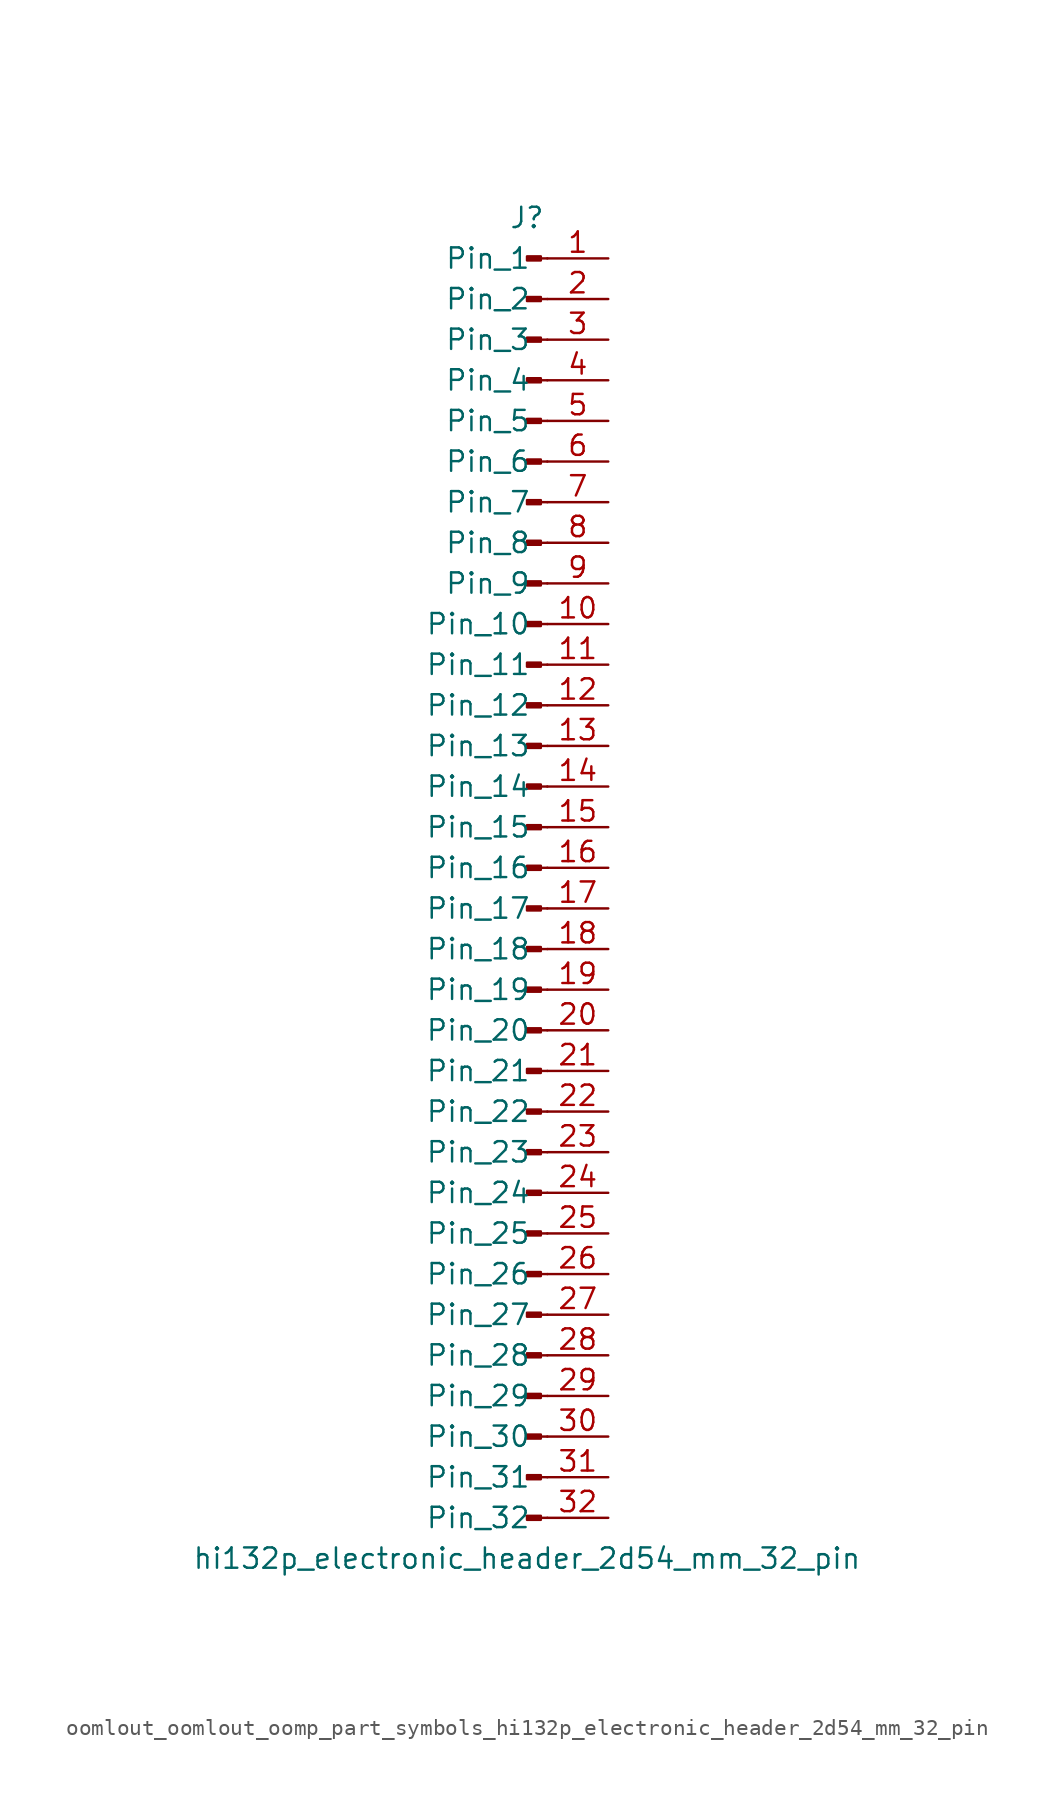
<source format=kicad_sym>
(kicad_symbol_lib
  (version 20220914)
  (generator kicad_symbol_editor)
  (symbol "oomlout_oomlout_oomp_part_symbols_hi132p_electronic_header_2d54_mm_32_pin"
    (pin_names
      (offset 1.016))
    (property "Reference" "J"
      (at 0 40.64 0)
      (effects (font (size 1.27 1.27))))
    (property "Value" "hi132p_electronic_header_2d54_mm_32_pin"
      (at 0 -43.18 0)
      (effects (font (size 1.27 1.27))))
    (property "ki_locked" ""
      (at 0 0 0)
      (effects (font (size 1.27 1.27))))
    (symbol "oomlout_oomlout_oomp_part_symbols_hi132p_electronic_header_2d54_mm_32_pin_1_1"
      (polyline (pts (xy 1.27 -40.64) (xy 0.864 -40.64)) (stroke (width 0.152) (type default)) (fill (type none)))
      (polyline (pts (xy 1.27 -38.1) (xy 0.864 -38.1)) (stroke (width 0.152) (type default)) (fill (type none)))
      (polyline (pts (xy 1.27 -35.56) (xy 0.864 -35.56)) (stroke (width 0.152) (type default)) (fill (type none)))
      (polyline (pts (xy 1.27 -33.02) (xy 0.864 -33.02)) (stroke (width 0.152) (type default)) (fill (type none)))
      (polyline (pts (xy 1.27 -30.48) (xy 0.864 -30.48)) (stroke (width 0.152) (type default)) (fill (type none)))
      (polyline (pts (xy 1.27 -27.94) (xy 0.864 -27.94)) (stroke (width 0.152) (type default)) (fill (type none)))
      (polyline (pts (xy 1.27 -25.4) (xy 0.864 -25.4)) (stroke (width 0.152) (type default)) (fill (type none)))
      (polyline (pts (xy 1.27 -22.86) (xy 0.864 -22.86)) (stroke (width 0.152) (type default)) (fill (type none)))
      (polyline (pts (xy 1.27 -20.32) (xy 0.864 -20.32)) (stroke (width 0.152) (type default)) (fill (type none)))
      (polyline (pts (xy 1.27 -17.78) (xy 0.864 -17.78)) (stroke (width 0.152) (type default)) (fill (type none)))
      (polyline (pts (xy 1.27 -15.24) (xy 0.864 -15.24)) (stroke (width 0.152) (type default)) (fill (type none)))
      (polyline (pts (xy 1.27 -12.7) (xy 0.864 -12.7)) (stroke (width 0.152) (type default)) (fill (type none)))
      (polyline (pts (xy 1.27 -10.16) (xy 0.864 -10.16)) (stroke (width 0.152) (type default)) (fill (type none)))
      (polyline (pts (xy 1.27 -7.62) (xy 0.864 -7.62)) (stroke (width 0.152) (type default)) (fill (type none)))
      (polyline (pts (xy 1.27 -5.08) (xy 0.864 -5.08)) (stroke (width 0.152) (type default)) (fill (type none)))
      (polyline (pts (xy 1.27 -2.54) (xy 0.864 -2.54)) (stroke (width 0.152) (type default)) (fill (type none)))
      (polyline (pts (xy 1.27 0) (xy 0.864 0)) (stroke (width 0.152) (type default)) (fill (type none)))
      (polyline (pts (xy 1.27 2.54) (xy 0.864 2.54)) (stroke (width 0.152) (type default)) (fill (type none)))
      (polyline (pts (xy 1.27 5.08) (xy 0.864 5.08)) (stroke (width 0.152) (type default)) (fill (type none)))
      (polyline (pts (xy 1.27 7.62) (xy 0.864 7.62)) (stroke (width 0.152) (type default)) (fill (type none)))
      (polyline (pts (xy 1.27 10.16) (xy 0.864 10.16)) (stroke (width 0.152) (type default)) (fill (type none)))
      (polyline (pts (xy 1.27 12.7) (xy 0.864 12.7)) (stroke (width 0.152) (type default)) (fill (type none)))
      (polyline (pts (xy 1.27 15.24) (xy 0.864 15.24)) (stroke (width 0.152) (type default)) (fill (type none)))
      (polyline (pts (xy 1.27 17.78) (xy 0.864 17.78)) (stroke (width 0.152) (type default)) (fill (type none)))
      (polyline (pts (xy 1.27 20.32) (xy 0.864 20.32)) (stroke (width 0.152) (type default)) (fill (type none)))
      (polyline (pts (xy 1.27 22.86) (xy 0.864 22.86)) (stroke (width 0.152) (type default)) (fill (type none)))
      (polyline (pts (xy 1.27 25.4) (xy 0.864 25.4)) (stroke (width 0.152) (type default)) (fill (type none)))
      (polyline (pts (xy 1.27 27.94) (xy 0.864 27.94)) (stroke (width 0.152) (type default)) (fill (type none)))
      (polyline (pts (xy 1.27 30.48) (xy 0.864 30.48)) (stroke (width 0.152) (type default)) (fill (type none)))
      (polyline (pts (xy 1.27 33.02) (xy 0.864 33.02)) (stroke (width 0.152) (type default)) (fill (type none)))
      (polyline (pts (xy 1.27 35.56) (xy 0.864 35.56)) (stroke (width 0.152) (type default)) (fill (type none)))
      (polyline (pts (xy 1.27 38.1) (xy 0.864 38.1)) (stroke (width 0.152) (type default)) (fill (type none)))
      (rectangle (start 0.864 -40.513) (end 0 -40.767) (stroke (width 0.152) (type default)) (fill (type outline)))
      (rectangle (start 0.864 -37.973) (end 0 -38.227) (stroke (width 0.152) (type default)) (fill (type outline)))
      (rectangle (start 0.864 -35.433) (end 0 -35.687) (stroke (width 0.152) (type default)) (fill (type outline)))
      (rectangle (start 0.864 -32.893) (end 0 -33.147) (stroke (width 0.152) (type default)) (fill (type outline)))
      (rectangle (start 0.864 -30.353) (end 0 -30.607) (stroke (width 0.152) (type default)) (fill (type outline)))
      (rectangle (start 0.864 -27.813) (end 0 -28.067) (stroke (width 0.152) (type default)) (fill (type outline)))
      (rectangle (start 0.864 -25.273) (end 0 -25.527) (stroke (width 0.152) (type default)) (fill (type outline)))
      (rectangle (start 0.864 -22.733) (end 0 -22.987) (stroke (width 0.152) (type default)) (fill (type outline)))
      (rectangle (start 0.864 -20.193) (end 0 -20.447) (stroke (width 0.152) (type default)) (fill (type outline)))
      (rectangle (start 0.864 -17.653) (end 0 -17.907) (stroke (width 0.152) (type default)) (fill (type outline)))
      (rectangle (start 0.864 -15.113) (end 0 -15.367) (stroke (width 0.152) (type default)) (fill (type outline)))
      (rectangle (start 0.864 -12.573) (end 0 -12.827) (stroke (width 0.152) (type default)) (fill (type outline)))
      (rectangle (start 0.864 -10.033) (end 0 -10.287) (stroke (width 0.152) (type default)) (fill (type outline)))
      (rectangle (start 0.864 -7.493) (end 0 -7.747) (stroke (width 0.152) (type default)) (fill (type outline)))
      (rectangle (start 0.864 -4.953) (end 0 -5.207) (stroke (width 0.152) (type default)) (fill (type outline)))
      (rectangle (start 0.864 -2.413) (end 0 -2.667) (stroke (width 0.152) (type default)) (fill (type outline)))
      (rectangle (start 0.864 0.127) (end 0 -0.127) (stroke (width 0.152) (type default)) (fill (type outline)))
      (rectangle (start 0.864 2.667) (end 0 2.413) (stroke (width 0.152) (type default)) (fill (type outline)))
      (rectangle (start 0.864 5.207) (end 0 4.953) (stroke (width 0.152) (type default)) (fill (type outline)))
      (rectangle (start 0.864 7.747) (end 0 7.493) (stroke (width 0.152) (type default)) (fill (type outline)))
      (rectangle (start 0.864 10.287) (end 0 10.033) (stroke (width 0.152) (type default)) (fill (type outline)))
      (rectangle (start 0.864 12.827) (end 0 12.573) (stroke (width 0.152) (type default)) (fill (type outline)))
      (rectangle (start 0.864 15.367) (end 0 15.113) (stroke (width 0.152) (type default)) (fill (type outline)))
      (rectangle (start 0.864 17.907) (end 0 17.653) (stroke (width 0.152) (type default)) (fill (type outline)))
      (rectangle (start 0.864 20.447) (end 0 20.193) (stroke (width 0.152) (type default)) (fill (type outline)))
      (rectangle (start 0.864 22.987) (end 0 22.733) (stroke (width 0.152) (type default)) (fill (type outline)))
      (rectangle (start 0.864 25.527) (end 0 25.273) (stroke (width 0.152) (type default)) (fill (type outline)))
      (rectangle (start 0.864 28.067) (end 0 27.813) (stroke (width 0.152) (type default)) (fill (type outline)))
      (rectangle (start 0.864 30.607) (end 0 30.353) (stroke (width 0.152) (type default)) (fill (type outline)))
      (rectangle (start 0.864 33.147) (end 0 32.893) (stroke (width 0.152) (type default)) (fill (type outline)))
      (rectangle (start 0.864 35.687) (end 0 35.433) (stroke (width 0.152) (type default)) (fill (type outline)))
      (rectangle (start 0.864 38.227) (end 0 37.973) (stroke (width 0.152) (type default)) (fill (type outline)))
      (pin passive line (at 5.08 38.1 180) (length 3.81) (name "Pin_1" (effects (font (size 1.27 1.27)))) (number "1" (effects (font (size 1.27 1.27)))))
      (pin passive line (at 5.08 15.24 180) (length 3.81) (name "Pin_10" (effects (font (size 1.27 1.27)))) (number "10" (effects (font (size 1.27 1.27)))))
      (pin passive line (at 5.08 12.7 180) (length 3.81) (name "Pin_11" (effects (font (size 1.27 1.27)))) (number "11" (effects (font (size 1.27 1.27)))))
      (pin passive line (at 5.08 10.16 180) (length 3.81) (name "Pin_12" (effects (font (size 1.27 1.27)))) (number "12" (effects (font (size 1.27 1.27)))))
      (pin passive line (at 5.08 7.62 180) (length 3.81) (name "Pin_13" (effects (font (size 1.27 1.27)))) (number "13" (effects (font (size 1.27 1.27)))))
      (pin passive line (at 5.08 5.08 180) (length 3.81) (name "Pin_14" (effects (font (size 1.27 1.27)))) (number "14" (effects (font (size 1.27 1.27)))))
      (pin passive line (at 5.08 2.54 180) (length 3.81) (name "Pin_15" (effects (font (size 1.27 1.27)))) (number "15" (effects (font (size 1.27 1.27)))))
      (pin passive line (at 5.08 0 180) (length 3.81) (name "Pin_16" (effects (font (size 1.27 1.27)))) (number "16" (effects (font (size 1.27 1.27)))))
      (pin passive line (at 5.08 -2.54 180) (length 3.81) (name "Pin_17" (effects (font (size 1.27 1.27)))) (number "17" (effects (font (size 1.27 1.27)))))
      (pin passive line (at 5.08 -5.08 180) (length 3.81) (name "Pin_18" (effects (font (size 1.27 1.27)))) (number "18" (effects (font (size 1.27 1.27)))))
      (pin passive line (at 5.08 -7.62 180) (length 3.81) (name "Pin_19" (effects (font (size 1.27 1.27)))) (number "19" (effects (font (size 1.27 1.27)))))
      (pin passive line (at 5.08 35.56 180) (length 3.81) (name "Pin_2" (effects (font (size 1.27 1.27)))) (number "2" (effects (font (size 1.27 1.27)))))
      (pin passive line (at 5.08 -10.16 180) (length 3.81) (name "Pin_20" (effects (font (size 1.27 1.27)))) (number "20" (effects (font (size 1.27 1.27)))))
      (pin passive line (at 5.08 -12.7 180) (length 3.81) (name "Pin_21" (effects (font (size 1.27 1.27)))) (number "21" (effects (font (size 1.27 1.27)))))
      (pin passive line (at 5.08 -15.24 180) (length 3.81) (name "Pin_22" (effects (font (size 1.27 1.27)))) (number "22" (effects (font (size 1.27 1.27)))))
      (pin passive line (at 5.08 -17.78 180) (length 3.81) (name "Pin_23" (effects (font (size 1.27 1.27)))) (number "23" (effects (font (size 1.27 1.27)))))
      (pin passive line (at 5.08 -20.32 180) (length 3.81) (name "Pin_24" (effects (font (size 1.27 1.27)))) (number "24" (effects (font (size 1.27 1.27)))))
      (pin passive line (at 5.08 -22.86 180) (length 3.81) (name "Pin_25" (effects (font (size 1.27 1.27)))) (number "25" (effects (font (size 1.27 1.27)))))
      (pin passive line (at 5.08 -25.4 180) (length 3.81) (name "Pin_26" (effects (font (size 1.27 1.27)))) (number "26" (effects (font (size 1.27 1.27)))))
      (pin passive line (at 5.08 -27.94 180) (length 3.81) (name "Pin_27" (effects (font (size 1.27 1.27)))) (number "27" (effects (font (size 1.27 1.27)))))
      (pin passive line (at 5.08 -30.48 180) (length 3.81) (name "Pin_28" (effects (font (size 1.27 1.27)))) (number "28" (effects (font (size 1.27 1.27)))))
      (pin passive line (at 5.08 -33.02 180) (length 3.81) (name "Pin_29" (effects (font (size 1.27 1.27)))) (number "29" (effects (font (size 1.27 1.27)))))
      (pin passive line (at 5.08 33.02 180) (length 3.81) (name "Pin_3" (effects (font (size 1.27 1.27)))) (number "3" (effects (font (size 1.27 1.27)))))
      (pin passive line (at 5.08 -35.56 180) (length 3.81) (name "Pin_30" (effects (font (size 1.27 1.27)))) (number "30" (effects (font (size 1.27 1.27)))))
      (pin passive line (at 5.08 -38.1 180) (length 3.81) (name "Pin_31" (effects (font (size 1.27 1.27)))) (number "31" (effects (font (size 1.27 1.27)))))
      (pin passive line (at 5.08 -40.64 180) (length 3.81) (name "Pin_32" (effects (font (size 1.27 1.27)))) (number "32" (effects (font (size 1.27 1.27)))))
      (pin passive line (at 5.08 30.48 180) (length 3.81) (name "Pin_4" (effects (font (size 1.27 1.27)))) (number "4" (effects (font (size 1.27 1.27)))))
      (pin passive line (at 5.08 27.94 180) (length 3.81) (name "Pin_5" (effects (font (size 1.27 1.27)))) (number "5" (effects (font (size 1.27 1.27)))))
      (pin passive line (at 5.08 25.4 180) (length 3.81) (name "Pin_6" (effects (font (size 1.27 1.27)))) (number "6" (effects (font (size 1.27 1.27)))))
      (pin passive line (at 5.08 22.86 180) (length 3.81) (name "Pin_7" (effects (font (size 1.27 1.27)))) (number "7" (effects (font (size 1.27 1.27)))))
      (pin passive line (at 5.08 20.32 180) (length 3.81) (name "Pin_8" (effects (font (size 1.27 1.27)))) (number "8" (effects (font (size 1.27 1.27)))))
      (pin passive line (at 5.08 17.78 180) (length 3.81) (name "Pin_9" (effects (font (size 1.27 1.27)))) (number "9" (effects (font (size 1.27 1.27))))))))
</source>
